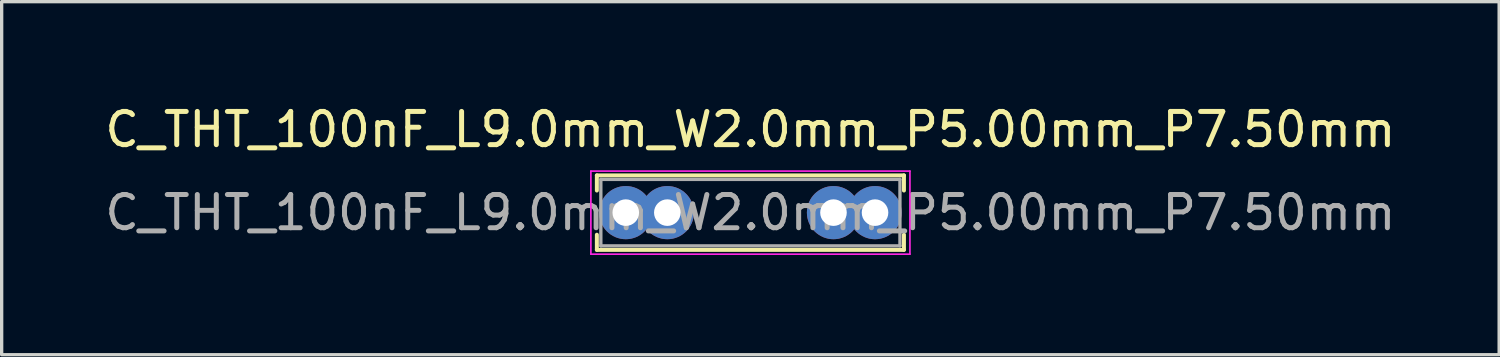
<source format=kicad_pcb>
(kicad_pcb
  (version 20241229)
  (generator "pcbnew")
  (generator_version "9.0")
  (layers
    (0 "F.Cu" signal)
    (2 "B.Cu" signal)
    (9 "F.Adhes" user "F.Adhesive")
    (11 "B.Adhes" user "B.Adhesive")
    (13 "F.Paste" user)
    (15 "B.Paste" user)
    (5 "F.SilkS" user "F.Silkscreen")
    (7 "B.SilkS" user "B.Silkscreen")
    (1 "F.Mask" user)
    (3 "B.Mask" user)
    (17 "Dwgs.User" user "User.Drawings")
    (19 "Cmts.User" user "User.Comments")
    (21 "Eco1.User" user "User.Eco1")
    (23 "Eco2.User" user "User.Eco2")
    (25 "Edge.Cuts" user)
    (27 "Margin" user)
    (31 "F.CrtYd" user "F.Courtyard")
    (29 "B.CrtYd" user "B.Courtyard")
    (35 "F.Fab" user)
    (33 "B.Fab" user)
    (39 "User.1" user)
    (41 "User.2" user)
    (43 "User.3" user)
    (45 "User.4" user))
  (footprint "C_THT_100nF_L9.0mm_W2.0mm_P5.00mm_P7.50mm"
    (layer "F.Cu")
    (at 15.78 3.348)
    (property "Reference" "C_THT_100nF_L9.0mm_W2.0mm_P5.00mm_P7.50mm" (at 3.75 -2.5 0) (layer "F.SilkS") (effects (font (size 1 1) (thickness 0.15))))
    (attr through_hole)
    (fp_line (start -0.87 -1.12) (end -0.87 -0.665) (stroke (width 0.12) (type solid)) (layer "F.SilkS"))
    (fp_line (start -0.87 -1.12) (end 8.37 -1.12) (stroke (width 0.12) (type solid)) (layer "F.SilkS"))
    (fp_line (start -0.87 0.665) (end -0.87 1.12) (stroke (width 0.12) (type solid)) (layer "F.SilkS"))
    (fp_line (start -0.87 1.12) (end 8.37 1.12) (stroke (width 0.12) (type solid)) (layer "F.SilkS"))
    (fp_line (start 8.37 -1.12) (end 8.37 -0.665) (stroke (width 0.12) (type solid)) (layer "F.SilkS"))
    (fp_line (start 8.37 0.665) (end 8.37 1.12) (stroke (width 0.12) (type solid)) (layer "F.SilkS"))
    (fp_line (start -1.05 -1.25) (end -1.05 1.25) (stroke (width 0.05) (type solid)) (layer "F.CrtYd"))
    (fp_line (start -1.05 1.25) (end 8.55 1.25) (stroke (width 0.05) (type solid)) (layer "F.CrtYd"))
    (fp_line (start 8.55 -1.25) (end -1.05 -1.25) (stroke (width 0.05) (type solid)) (layer "F.CrtYd"))
    (fp_line (start 8.55 1.25) (end 8.55 -1.25) (stroke (width 0.05) (type solid)) (layer "F.CrtYd"))
    (fp_line (start -0.75 -1) (end -0.75 1) (stroke (width 0.1) (type solid)) (layer "F.Fab"))
    (fp_line (start -0.75 1) (end 8.25 1) (stroke (width 0.1) (type solid)) (layer "F.Fab"))
    (fp_line (start 8.25 -1) (end -0.75 -1) (stroke (width 0.1) (type solid)) (layer "F.Fab"))
    (fp_line (start 8.25 1) (end 8.25 -1) (stroke (width 0.1) (type solid)) (layer "F.Fab"))
    (fp_text user "${REFERENCE}" (at 3.75 0 0) (layer "F.Fab") (effects (font (size 1 1) (thickness 0.15))))
    (pad "1" thru_hole circle (at 0 0) (size 1.6 1.6) (drill 0.8) (layers "*.Cu" "*.Mask"))
    (pad "1" thru_hole circle (at 1.25 0) (size 1.6 1.6) (drill 0.8) (layers "*.Cu" "*.Mask"))
    (pad "2" thru_hole circle (at 6.25 0) (size 1.6 1.6) (drill 0.8) (layers "*.Cu" "*.Mask"))
    (pad "2" thru_hole circle (at 7.5 0) (size 1.6 1.6) (drill 0.8) (layers "*.Cu" "*.Mask")))
  (gr_rect
    (start -3 -3)
    (end 42.06 7.623)
    (stroke (width 0.1) (type default))
    (fill no)
    (layer "Edge.Cuts")))
</source>
